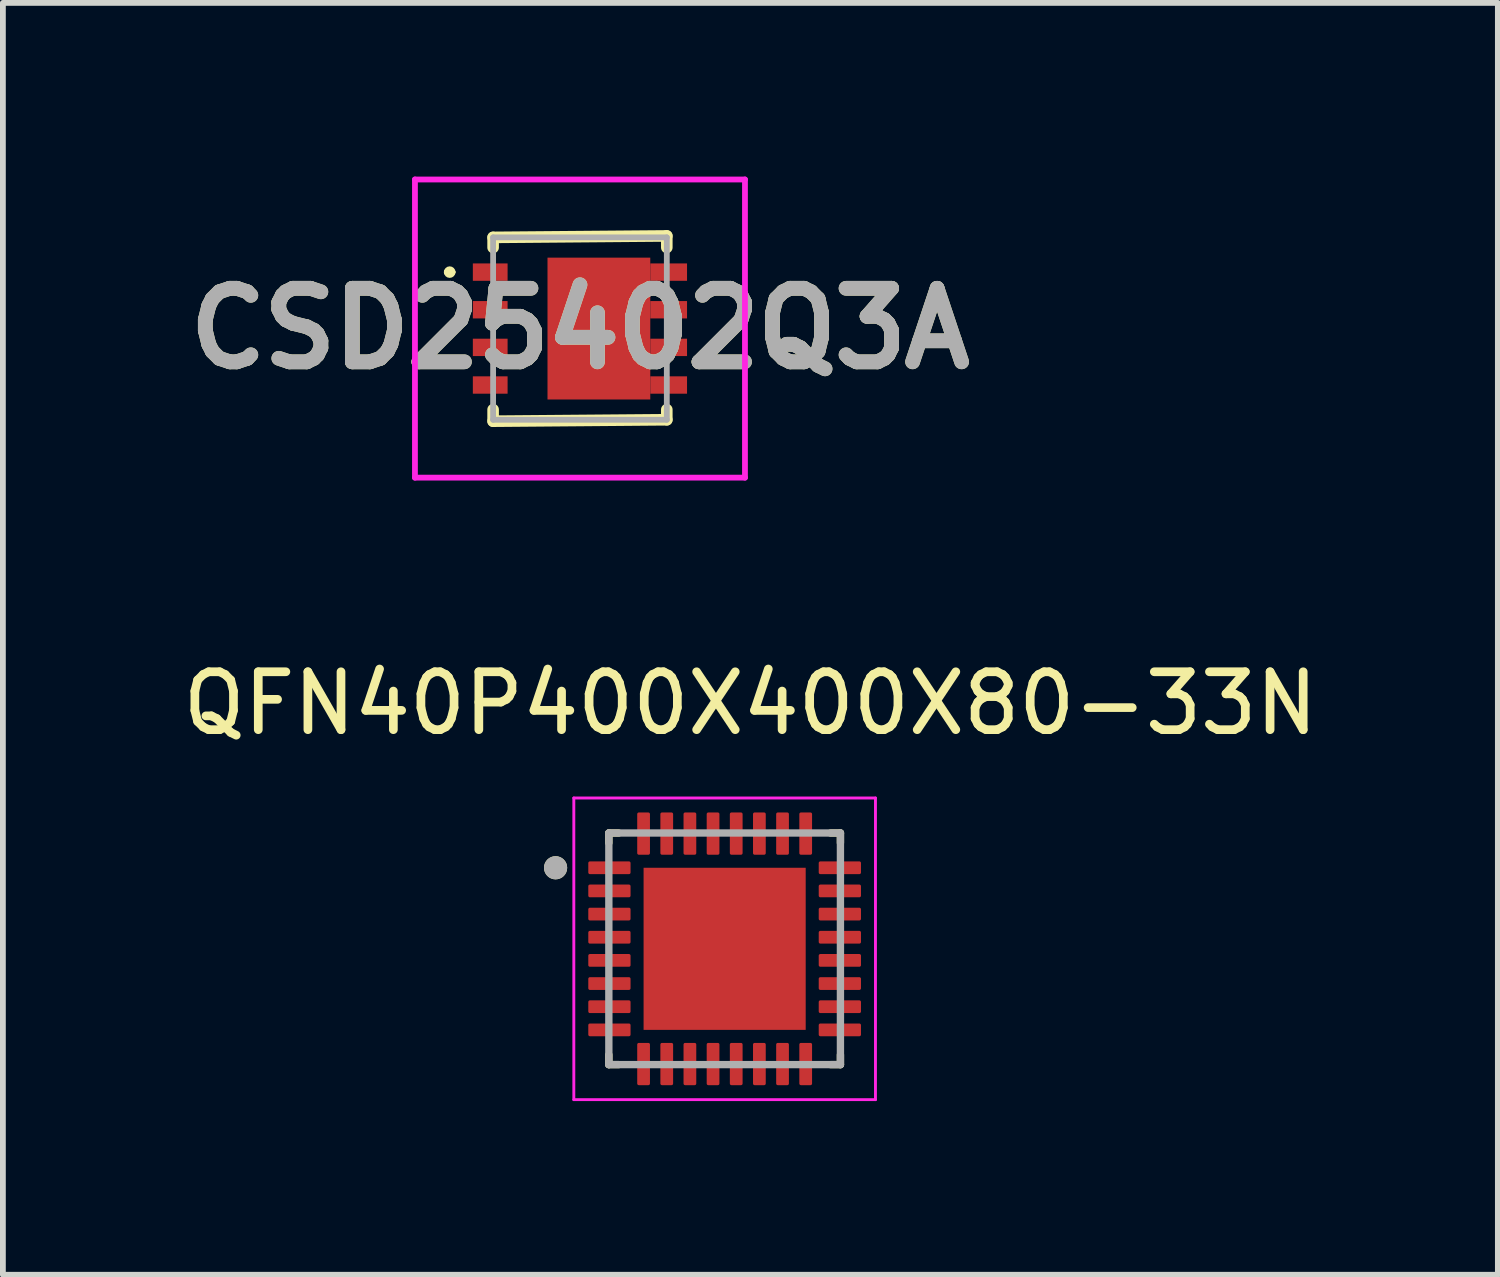
<source format=kicad_pcb>
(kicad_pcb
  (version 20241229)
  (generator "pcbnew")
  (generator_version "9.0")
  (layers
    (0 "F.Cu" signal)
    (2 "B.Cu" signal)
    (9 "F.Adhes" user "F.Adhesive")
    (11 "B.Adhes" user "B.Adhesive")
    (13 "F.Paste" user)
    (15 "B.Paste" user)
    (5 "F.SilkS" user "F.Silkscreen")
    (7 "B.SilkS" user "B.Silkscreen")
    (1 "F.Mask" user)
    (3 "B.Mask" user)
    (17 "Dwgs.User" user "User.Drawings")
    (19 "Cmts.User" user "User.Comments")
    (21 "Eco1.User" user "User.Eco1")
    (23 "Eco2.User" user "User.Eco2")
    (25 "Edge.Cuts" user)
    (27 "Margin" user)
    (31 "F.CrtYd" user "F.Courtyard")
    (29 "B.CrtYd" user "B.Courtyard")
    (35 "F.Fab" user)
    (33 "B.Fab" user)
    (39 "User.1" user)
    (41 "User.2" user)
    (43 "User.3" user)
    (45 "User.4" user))
  (footprint "CSD25402Q3A"
    (layer "F.Cu")
    (at 6.967 2.625)
    (property "Reference" "CSD25402Q3A" (at 0 0 0) (layer "F.SilkS") (effects (font (size 1.27 1.27) (thickness 0.254))))
    (attr smd)
    (fp_line (start -2.3 -0.975) (end -2.3 -0.975) (stroke (width 0.1) (type solid)) (layer "F.SilkS"))
    (fp_line (start -2.2 -0.975) (end -2.2 -0.975) (stroke (width 0.1) (type solid)) (layer "F.SilkS"))
    (fp_line (start -1.5 -1.575) (end 1.5 -1.6) (stroke (width 0.2) (type solid)) (layer "F.SilkS"))
    (fp_line (start -1.5 -1.4) (end -1.5 -1.575) (stroke (width 0.2) (type solid)) (layer "F.SilkS"))
    (fp_line (start -1.5 1.4) (end -1.5 1.6) (stroke (width 0.2) (type solid)) (layer "F.SilkS"))
    (fp_line (start -1.5 1.6) (end 1.5 1.575) (stroke (width 0.2) (type solid)) (layer "F.SilkS"))
    (fp_line (start 1.5 -1.6) (end 1.5 -1.4) (stroke (width 0.2) (type solid)) (layer "F.SilkS"))
    (fp_line (start 1.5 1.575) (end 1.5 1.4) (stroke (width 0.2) (type solid)) (layer "F.SilkS"))
    (fp_arc (start -2.3 -0.975) (mid -2.25 -1.025) (end -2.2 -0.975) (stroke (width 0.1) (type solid)) (layer "F.SilkS"))
    (fp_arc (start -2.2 -0.975) (mid -2.25 -0.925) (end -2.3 -0.975) (stroke (width 0.1) (type solid)) (layer "F.SilkS"))
    (fp_line (start -2.85 -2.575) (end 2.85 -2.575) (stroke (width 0.1) (type solid)) (layer "F.CrtYd"))
    (fp_line (start -2.85 2.575) (end -2.85 -2.575) (stroke (width 0.1) (type solid)) (layer "F.CrtYd"))
    (fp_line (start 2.85 -2.575) (end 2.85 2.575) (stroke (width 0.1) (type solid)) (layer "F.CrtYd"))
    (fp_line (start 2.85 2.575) (end -2.85 2.575) (stroke (width 0.1) (type solid)) (layer "F.CrtYd"))
    (fp_line (start -1.5 -1.575) (end -1.5 1.575) (stroke (width 0.1) (type solid)) (layer "F.Fab"))
    (fp_line (start -1.5 1.575) (end 1.5 1.575) (stroke (width 0.1) (type solid)) (layer "F.Fab"))
    (fp_line (start 1.5 -1.575) (end -1.5 -1.575) (stroke (width 0.1) (type solid)) (layer "F.Fab"))
    (fp_line (start 1.5 1.575) (end 1.5 -1.575) (stroke (width 0.1) (type solid)) (layer "F.Fab"))
    (fp_text user "${REFERENCE}" (at 0 0 0) (layer "F.Fab") (effects (font (size 1.27 1.27) (thickness 0.254))))
    (pad "1" smd rect (at -1.55 -0.975 90) (size 0.3 0.6) (layers "F.Cu" "F.Mask" "F.Paste"))
    (pad "2" smd rect (at -1.55 -0.325 90) (size 0.3 0.6) (layers "F.Cu" "F.Mask" "F.Paste"))
    (pad "3" smd rect (at -1.55 0.325 90) (size 0.3 0.6) (layers "F.Cu" "F.Mask" "F.Paste"))
    (pad "4" smd rect (at -1.55 0.975 90) (size 0.3 0.6) (layers "F.Cu" "F.Mask" "F.Paste"))
    (pad "5" smd rect (at 1.532 0.975 90) (size 0.3 0.635) (layers "F.Cu" "F.Mask" "F.Paste"))
    (pad "6" smd rect (at 1.532 0.325 90) (size 0.3 0.635) (layers "F.Cu" "F.Mask" "F.Paste"))
    (pad "7" smd rect (at 1.532 -0.325 90) (size 0.3 0.635) (layers "F.Cu" "F.Mask" "F.Paste"))
    (pad "8" smd rect (at 1.532 -0.975 90) (size 0.3 0.635) (layers "F.Cu" "F.Mask" "F.Paste"))
    (pad "9" smd rect (at 0.327 0) (size 1.775 2.45) (layers "F.Cu" "F.Mask" "F.Paste")))
  (footprint "QFN40P400X400X80-33N"
    (layer "F.Cu")
    (at 9.466 13.338)
    (property "Reference" "QFN40P400X400X80-33N" (at 0.445 -4.24 0) (layer "F.SilkS") (effects (font (size 1 1) (thickness 0.15))))
    (attr smd)
    (fp_line (start -2 -2) (end -2 -1.83) (stroke (width 0.127) (type solid)) (layer "F.SilkS"))
    (fp_line (start -2 -2) (end -1.83 -2) (stroke (width 0.127) (type solid)) (layer "F.SilkS"))
    (fp_line (start -2 2) (end -2 1.83) (stroke (width 0.127) (type solid)) (layer "F.SilkS"))
    (fp_line (start -2 2) (end -1.83 2) (stroke (width 0.127) (type solid)) (layer "F.SilkS"))
    (fp_line (start 2 -2) (end 1.83 -2) (stroke (width 0.127) (type solid)) (layer "F.SilkS"))
    (fp_line (start 2 -2) (end 2 -1.83) (stroke (width 0.127) (type solid)) (layer "F.SilkS"))
    (fp_line (start 2 2) (end 1.83 2) (stroke (width 0.127) (type solid)) (layer "F.SilkS"))
    (fp_line (start 2 2) (end 2 1.83) (stroke (width 0.127) (type solid)) (layer "F.SilkS"))
    (fp_circle (center -2.92 -1.4) (end -2.82 -1.4) (stroke (width 0.2) (type solid)) (fill no) (layer "F.SilkS"))
    (fp_poly (pts (xy -0.89 -0.89) (xy 0.89 -0.89) (xy 0.89 0.89) (xy -0.89 0.89)) (stroke (width 0.01) (type solid)) (fill yes) (layer "F.Paste"))
    (fp_line (start -2.605 -2.605) (end 2.605 -2.605) (stroke (width 0.05) (type solid)) (layer "F.CrtYd"))
    (fp_line (start -2.605 2.605) (end -2.605 -2.605) (stroke (width 0.05) (type solid)) (layer "F.CrtYd"))
    (fp_line (start -2.605 2.605) (end 2.605 2.605) (stroke (width 0.05) (type solid)) (layer "F.CrtYd"))
    (fp_line (start 2.605 2.605) (end 2.605 -2.605) (stroke (width 0.05) (type solid)) (layer "F.CrtYd"))
    (fp_line (start -2 2) (end -2 -2) (stroke (width 0.127) (type solid)) (layer "F.Fab"))
    (fp_line (start 2 -2) (end -2 -2) (stroke (width 0.127) (type solid)) (layer "F.Fab"))
    (fp_line (start 2 2) (end -2 2) (stroke (width 0.127) (type solid)) (layer "F.Fab"))
    (fp_line (start 2 2) (end 2 -2) (stroke (width 0.127) (type solid)) (layer "F.Fab"))
    (fp_circle (center -2.92 -1.4) (end -2.82 -1.4) (stroke (width 0.2) (type solid)) (fill no) (layer "F.Fab"))
    (pad "1" smd roundrect (at -1.99 -1.4) (size 0.73 0.22) (layers "F.Cu" "F.Mask" "F.Paste") (roundrect_rratio 0.125))
    (pad "2" smd roundrect (at -1.99 -1) (size 0.73 0.22) (layers "F.Cu" "F.Mask" "F.Paste") (roundrect_rratio 0.125))
    (pad "3" smd roundrect (at -1.99 -0.6) (size 0.73 0.22) (layers "F.Cu" "F.Mask" "F.Paste") (roundrect_rratio 0.125))
    (pad "4" smd roundrect (at -1.99 -0.2) (size 0.73 0.22) (layers "F.Cu" "F.Mask" "F.Paste") (roundrect_rratio 0.125))
    (pad "5" smd roundrect (at -1.99 0.2) (size 0.73 0.22) (layers "F.Cu" "F.Mask" "F.Paste") (roundrect_rratio 0.125))
    (pad "6" smd roundrect (at -1.99 0.6) (size 0.73 0.22) (layers "F.Cu" "F.Mask" "F.Paste") (roundrect_rratio 0.125))
    (pad "7" smd roundrect (at -1.99 1) (size 0.73 0.22) (layers "F.Cu" "F.Mask" "F.Paste") (roundrect_rratio 0.125))
    (pad "8" smd roundrect (at -1.99 1.4) (size 0.73 0.22) (layers "F.Cu" "F.Mask" "F.Paste") (roundrect_rratio 0.125))
    (pad "9" smd roundrect (at -1.4 1.99) (size 0.22 0.73) (layers "F.Cu" "F.Mask" "F.Paste") (roundrect_rratio 0.125))
    (pad "10" smd roundrect (at -1 1.99) (size 0.22 0.73) (layers "F.Cu" "F.Mask" "F.Paste") (roundrect_rratio 0.125))
    (pad "11" smd roundrect (at -0.6 1.99) (size 0.22 0.73) (layers "F.Cu" "F.Mask" "F.Paste") (roundrect_rratio 0.125))
    (pad "12" smd roundrect (at -0.2 1.99) (size 0.22 0.73) (layers "F.Cu" "F.Mask" "F.Paste") (roundrect_rratio 0.125))
    (pad "13" smd roundrect (at 0.2 1.99) (size 0.22 0.73) (layers "F.Cu" "F.Mask" "F.Paste") (roundrect_rratio 0.125))
    (pad "14" smd roundrect (at 0.6 1.99) (size 0.22 0.73) (layers "F.Cu" "F.Mask" "F.Paste") (roundrect_rratio 0.125))
    (pad "15" smd roundrect (at 1 1.99) (size 0.22 0.73) (layers "F.Cu" "F.Mask" "F.Paste") (roundrect_rratio 0.125))
    (pad "16" smd roundrect (at 1.4 1.99) (size 0.22 0.73) (layers "F.Cu" "F.Mask" "F.Paste") (roundrect_rratio 0.125))
    (pad "17" smd roundrect (at 1.99 1.4) (size 0.73 0.22) (layers "F.Cu" "F.Mask" "F.Paste") (roundrect_rratio 0.125))
    (pad "18" smd roundrect (at 1.99 1) (size 0.73 0.22) (layers "F.Cu" "F.Mask" "F.Paste") (roundrect_rratio 0.125))
    (pad "19" smd roundrect (at 1.99 0.6) (size 0.73 0.22) (layers "F.Cu" "F.Mask" "F.Paste") (roundrect_rratio 0.125))
    (pad "20" smd roundrect (at 1.99 0.2) (size 0.73 0.22) (layers "F.Cu" "F.Mask" "F.Paste") (roundrect_rratio 0.125))
    (pad "21" smd roundrect (at 1.99 -0.2) (size 0.73 0.22) (layers "F.Cu" "F.Mask" "F.Paste") (roundrect_rratio 0.125))
    (pad "22" smd roundrect (at 1.99 -0.6) (size 0.73 0.22) (layers "F.Cu" "F.Mask" "F.Paste") (roundrect_rratio 0.125))
    (pad "23" smd roundrect (at 1.99 -1) (size 0.73 0.22) (layers "F.Cu" "F.Mask" "F.Paste") (roundrect_rratio 0.125))
    (pad "24" smd roundrect (at 1.99 -1.4) (size 0.73 0.22) (layers "F.Cu" "F.Mask" "F.Paste") (roundrect_rratio 0.125))
    (pad "25" smd roundrect (at 1.4 -1.99) (size 0.22 0.73) (layers "F.Cu" "F.Mask" "F.Paste") (roundrect_rratio 0.125))
    (pad "26" smd roundrect (at 1 -1.99) (size 0.22 0.73) (layers "F.Cu" "F.Mask" "F.Paste") (roundrect_rratio 0.125))
    (pad "27" smd roundrect (at 0.6 -1.99) (size 0.22 0.73) (layers "F.Cu" "F.Mask" "F.Paste") (roundrect_rratio 0.125))
    (pad "28" smd roundrect (at 0.2 -1.99) (size 0.22 0.73) (layers "F.Cu" "F.Mask" "F.Paste") (roundrect_rratio 0.125))
    (pad "29" smd roundrect (at -0.2 -1.99) (size 0.22 0.73) (layers "F.Cu" "F.Mask" "F.Paste") (roundrect_rratio 0.125))
    (pad "30" smd roundrect (at -0.6 -1.99) (size 0.22 0.73) (layers "F.Cu" "F.Mask" "F.Paste") (roundrect_rratio 0.125))
    (pad "31" smd roundrect (at -1 -1.99) (size 0.22 0.73) (layers "F.Cu" "F.Mask" "F.Paste") (roundrect_rratio 0.125))
    (pad "32" smd roundrect (at -1.4 -1.99) (size 0.22 0.73) (layers "F.Cu" "F.Mask" "F.Paste") (roundrect_rratio 0.125))
    (pad "33" smd rect (at 0 0) (size 2.8 2.8) (layers "F.Cu" "F.Mask")))
  (gr_rect
    (start -3 -3)
    (end 22.821 18.968)
    (stroke (width 0.1) (type default))
    (fill no)
    (layer "Edge.Cuts")))
</source>
